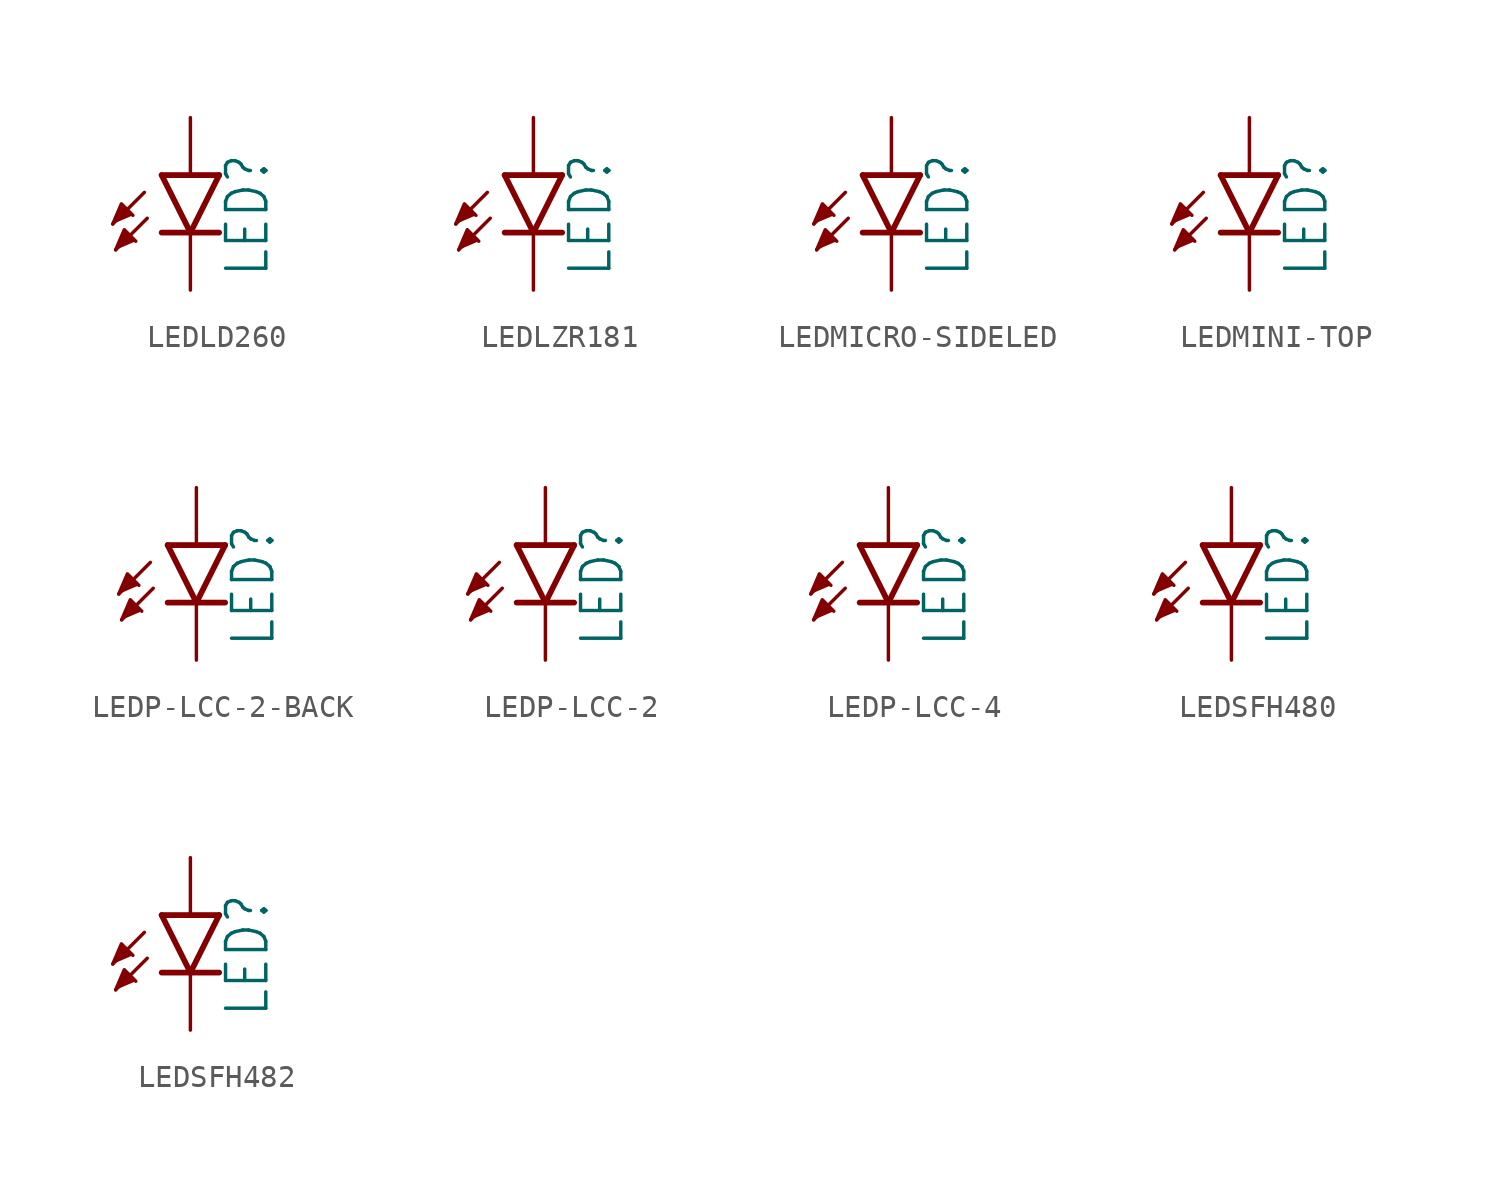
<source format=kicad_sym>
(kicad_symbol_lib
  (version 20231120)
  (generator "kicad_symbol_editor")
  (generator_version "8.0")
  (symbol "LEDLD260"
    (property "Reference" "LED"
      (at 3.556 -4.572 90)
      (effects (font (size 1.778 1.511)) (justify left bottom)))
    (property "Value" ""
      (at 5.715 -4.572 90)
      (effects (font (size 1.778 1.511)) (justify left bottom)))
    (property "ki_locked" ""
      (at 0 0 0)
      (effects (font (size 1.27 1.27))))
    (symbol "LEDLD260_1_0"
      (polyline (pts (xy -2.032 -0.762) (xy -3.429 -2.159)) (stroke (width 0.152) (type solid)) (fill (type none)))
      (polyline (pts (xy -1.905 -1.905) (xy -3.302 -3.302)) (stroke (width 0.152) (type solid)) (fill (type none)))
      (polyline (pts (xy 0 -2.54) (xy -1.27 -2.54)) (stroke (width 0.254) (type solid)) (fill (type none)))
      (polyline (pts (xy 0 -2.54) (xy -1.27 0)) (stroke (width 0.254) (type solid)) (fill (type none)))
      (polyline (pts (xy 0 0) (xy -1.27 0)) (stroke (width 0.254) (type solid)) (fill (type none)))
      (polyline (pts (xy 1.27 -2.54) (xy 0 -2.54)) (stroke (width 0.254) (type solid)) (fill (type none)))
      (polyline (pts (xy 1.27 0) (xy 0 -2.54)) (stroke (width 0.254) (type solid)) (fill (type none)))
      (polyline (pts (xy 1.27 0) (xy 0 0)) (stroke (width 0.254) (type solid)) (fill (type none)))
      (polyline (pts (xy -3.429 -2.159) (xy -3.048 -1.27) (xy -2.54 -1.778)) (stroke (width 0.152) (type solid)) (fill (type outline)))
      (polyline (pts (xy -3.302 -3.302) (xy -2.921 -2.413) (xy -2.413 -2.921)) (stroke (width 0.152) (type solid)) (fill (type outline)))
      (pin passive line (at 0 2.54 270) (length 2.54) (name "A" (effects (font (size 0 0)))) (number "A" (effects (font (size 0 0)))))
      (pin passive line (at 0 -5.08 90) (length 2.54) (name "C" (effects (font (size 0 0)))) (number "K" (effects (font (size 0 0)))))))
  (symbol "LEDLZR181"
    (property "Reference" "LED"
      (at 3.556 -4.572 90)
      (effects (font (size 1.778 1.511)) (justify left bottom)))
    (property "Value" ""
      (at 5.715 -4.572 90)
      (effects (font (size 1.778 1.511)) (justify left bottom)))
    (property "ki_locked" ""
      (at 0 0 0)
      (effects (font (size 1.27 1.27))))
    (symbol "LEDLZR181_1_0"
      (polyline (pts (xy -2.032 -0.762) (xy -3.429 -2.159)) (stroke (width 0.152) (type solid)) (fill (type none)))
      (polyline (pts (xy -1.905 -1.905) (xy -3.302 -3.302)) (stroke (width 0.152) (type solid)) (fill (type none)))
      (polyline (pts (xy 0 -2.54) (xy -1.27 -2.54)) (stroke (width 0.254) (type solid)) (fill (type none)))
      (polyline (pts (xy 0 -2.54) (xy -1.27 0)) (stroke (width 0.254) (type solid)) (fill (type none)))
      (polyline (pts (xy 0 0) (xy -1.27 0)) (stroke (width 0.254) (type solid)) (fill (type none)))
      (polyline (pts (xy 1.27 -2.54) (xy 0 -2.54)) (stroke (width 0.254) (type solid)) (fill (type none)))
      (polyline (pts (xy 1.27 0) (xy 0 -2.54)) (stroke (width 0.254) (type solid)) (fill (type none)))
      (polyline (pts (xy 1.27 0) (xy 0 0)) (stroke (width 0.254) (type solid)) (fill (type none)))
      (polyline (pts (xy -3.429 -2.159) (xy -3.048 -1.27) (xy -2.54 -1.778)) (stroke (width 0.152) (type solid)) (fill (type outline)))
      (polyline (pts (xy -3.302 -3.302) (xy -2.921 -2.413) (xy -2.413 -2.921)) (stroke (width 0.152) (type solid)) (fill (type outline)))
      (pin passive line (at 0 2.54 270) (length 2.54) (name "A" (effects (font (size 0 0)))) (number "A" (effects (font (size 0 0)))))
      (pin passive line (at 0 -5.08 90) (length 2.54) (name "C" (effects (font (size 0 0)))) (number "K" (effects (font (size 0 0)))))))
  (symbol "LEDMICRO-SIDELED"
    (property "Reference" "LED"
      (at 3.556 -4.572 90)
      (effects (font (size 1.778 1.511)) (justify left bottom)))
    (property "Value" ""
      (at 5.715 -4.572 90)
      (effects (font (size 1.778 1.511)) (justify left bottom)))
    (property "ki_locked" ""
      (at 0 0 0)
      (effects (font (size 1.27 1.27))))
    (symbol "LEDMICRO-SIDELED_1_0"
      (polyline (pts (xy -2.032 -0.762) (xy -3.429 -2.159)) (stroke (width 0.152) (type solid)) (fill (type none)))
      (polyline (pts (xy -1.905 -1.905) (xy -3.302 -3.302)) (stroke (width 0.152) (type solid)) (fill (type none)))
      (polyline (pts (xy 0 -2.54) (xy -1.27 -2.54)) (stroke (width 0.254) (type solid)) (fill (type none)))
      (polyline (pts (xy 0 -2.54) (xy -1.27 0)) (stroke (width 0.254) (type solid)) (fill (type none)))
      (polyline (pts (xy 0 0) (xy -1.27 0)) (stroke (width 0.254) (type solid)) (fill (type none)))
      (polyline (pts (xy 1.27 -2.54) (xy 0 -2.54)) (stroke (width 0.254) (type solid)) (fill (type none)))
      (polyline (pts (xy 1.27 0) (xy 0 -2.54)) (stroke (width 0.254) (type solid)) (fill (type none)))
      (polyline (pts (xy 1.27 0) (xy 0 0)) (stroke (width 0.254) (type solid)) (fill (type none)))
      (polyline (pts (xy -3.429 -2.159) (xy -3.048 -1.27) (xy -2.54 -1.778)) (stroke (width 0.152) (type solid)) (fill (type outline)))
      (polyline (pts (xy -3.302 -3.302) (xy -2.921 -2.413) (xy -2.413 -2.921)) (stroke (width 0.152) (type solid)) (fill (type outline)))
      (pin passive line (at 0 2.54 270) (length 2.54) (name "A" (effects (font (size 0 0)))) (number "A" (effects (font (size 0 0)))))
      (pin passive line (at 0 -5.08 90) (length 2.54) (name "C" (effects (font (size 0 0)))) (number "C" (effects (font (size 0 0)))))))
  (symbol "LEDMINI-TOP"
    (property "Reference" "LED"
      (at 3.556 -4.572 90)
      (effects (font (size 1.778 1.511)) (justify left bottom)))
    (property "Value" ""
      (at 5.715 -4.572 90)
      (effects (font (size 1.778 1.511)) (justify left bottom)))
    (property "ki_locked" ""
      (at 0 0 0)
      (effects (font (size 1.27 1.27))))
    (symbol "LEDMINI-TOP_1_0"
      (polyline (pts (xy -2.032 -0.762) (xy -3.429 -2.159)) (stroke (width 0.152) (type solid)) (fill (type none)))
      (polyline (pts (xy -1.905 -1.905) (xy -3.302 -3.302)) (stroke (width 0.152) (type solid)) (fill (type none)))
      (polyline (pts (xy 0 -2.54) (xy -1.27 -2.54)) (stroke (width 0.254) (type solid)) (fill (type none)))
      (polyline (pts (xy 0 -2.54) (xy -1.27 0)) (stroke (width 0.254) (type solid)) (fill (type none)))
      (polyline (pts (xy 0 0) (xy -1.27 0)) (stroke (width 0.254) (type solid)) (fill (type none)))
      (polyline (pts (xy 1.27 -2.54) (xy 0 -2.54)) (stroke (width 0.254) (type solid)) (fill (type none)))
      (polyline (pts (xy 1.27 0) (xy 0 -2.54)) (stroke (width 0.254) (type solid)) (fill (type none)))
      (polyline (pts (xy 1.27 0) (xy 0 0)) (stroke (width 0.254) (type solid)) (fill (type none)))
      (polyline (pts (xy -3.429 -2.159) (xy -3.048 -1.27) (xy -2.54 -1.778)) (stroke (width 0.152) (type solid)) (fill (type outline)))
      (polyline (pts (xy -3.302 -3.302) (xy -2.921 -2.413) (xy -2.413 -2.921)) (stroke (width 0.152) (type solid)) (fill (type outline)))
      (pin passive line (at 0 2.54 270) (length 2.54) (name "A" (effects (font (size 0 0)))) (number "A" (effects (font (size 0 0)))))
      (pin passive line (at 0 -5.08 90) (length 2.54) (name "C" (effects (font (size 0 0)))) (number "C" (effects (font (size 0 0)))))))
  (symbol "LEDP-LCC-2-BACK"
    (property "Reference" "LED"
      (at 3.556 -4.572 90)
      (effects (font (size 1.778 1.511)) (justify left bottom)))
    (property "Value" ""
      (at 5.715 -4.572 90)
      (effects (font (size 1.778 1.511)) (justify left bottom)))
    (property "ki_locked" ""
      (at 0 0 0)
      (effects (font (size 1.27 1.27))))
    (symbol "LEDP-LCC-2-BACK_1_0"
      (polyline (pts (xy -2.032 -0.762) (xy -3.429 -2.159)) (stroke (width 0.152) (type solid)) (fill (type none)))
      (polyline (pts (xy -1.905 -1.905) (xy -3.302 -3.302)) (stroke (width 0.152) (type solid)) (fill (type none)))
      (polyline (pts (xy 0 -2.54) (xy -1.27 -2.54)) (stroke (width 0.254) (type solid)) (fill (type none)))
      (polyline (pts (xy 0 -2.54) (xy -1.27 0)) (stroke (width 0.254) (type solid)) (fill (type none)))
      (polyline (pts (xy 0 0) (xy -1.27 0)) (stroke (width 0.254) (type solid)) (fill (type none)))
      (polyline (pts (xy 1.27 -2.54) (xy 0 -2.54)) (stroke (width 0.254) (type solid)) (fill (type none)))
      (polyline (pts (xy 1.27 0) (xy 0 -2.54)) (stroke (width 0.254) (type solid)) (fill (type none)))
      (polyline (pts (xy 1.27 0) (xy 0 0)) (stroke (width 0.254) (type solid)) (fill (type none)))
      (polyline (pts (xy -3.429 -2.159) (xy -3.048 -1.27) (xy -2.54 -1.778)) (stroke (width 0.152) (type solid)) (fill (type outline)))
      (polyline (pts (xy -3.302 -3.302) (xy -2.921 -2.413) (xy -2.413 -2.921)) (stroke (width 0.152) (type solid)) (fill (type outline)))
      (pin passive line (at 0 2.54 270) (length 2.54) (name "A" (effects (font (size 0 0)))) (number "A" (effects (font (size 0 0)))))
      (pin passive line (at 0 -5.08 90) (length 2.54) (name "C" (effects (font (size 0 0)))) (number "C" (effects (font (size 0 0)))))))
  (symbol "LEDP-LCC-2"
    (property "Reference" "LED"
      (at 3.556 -4.572 90)
      (effects (font (size 1.778 1.511)) (justify left bottom)))
    (property "Value" ""
      (at 5.715 -4.572 90)
      (effects (font (size 1.778 1.511)) (justify left bottom)))
    (property "ki_locked" ""
      (at 0 0 0)
      (effects (font (size 1.27 1.27))))
    (symbol "LEDP-LCC-2_1_0"
      (polyline (pts (xy -2.032 -0.762) (xy -3.429 -2.159)) (stroke (width 0.152) (type solid)) (fill (type none)))
      (polyline (pts (xy -1.905 -1.905) (xy -3.302 -3.302)) (stroke (width 0.152) (type solid)) (fill (type none)))
      (polyline (pts (xy 0 -2.54) (xy -1.27 -2.54)) (stroke (width 0.254) (type solid)) (fill (type none)))
      (polyline (pts (xy 0 -2.54) (xy -1.27 0)) (stroke (width 0.254) (type solid)) (fill (type none)))
      (polyline (pts (xy 0 0) (xy -1.27 0)) (stroke (width 0.254) (type solid)) (fill (type none)))
      (polyline (pts (xy 1.27 -2.54) (xy 0 -2.54)) (stroke (width 0.254) (type solid)) (fill (type none)))
      (polyline (pts (xy 1.27 0) (xy 0 -2.54)) (stroke (width 0.254) (type solid)) (fill (type none)))
      (polyline (pts (xy 1.27 0) (xy 0 0)) (stroke (width 0.254) (type solid)) (fill (type none)))
      (polyline (pts (xy -3.429 -2.159) (xy -3.048 -1.27) (xy -2.54 -1.778)) (stroke (width 0.152) (type solid)) (fill (type outline)))
      (polyline (pts (xy -3.302 -3.302) (xy -2.921 -2.413) (xy -2.413 -2.921)) (stroke (width 0.152) (type solid)) (fill (type outline)))
      (pin passive line (at 0 2.54 270) (length 2.54) (name "A" (effects (font (size 0 0)))) (number "A" (effects (font (size 0 0)))))
      (pin passive line (at 0 -5.08 90) (length 2.54) (name "C" (effects (font (size 0 0)))) (number "C" (effects (font (size 0 0)))))))
  (symbol "LEDP-LCC-4"
    (property "Reference" "LED"
      (at 3.556 -4.572 90)
      (effects (font (size 1.778 1.511)) (justify left bottom)))
    (property "Value" ""
      (at 5.715 -4.572 90)
      (effects (font (size 1.778 1.511)) (justify left bottom)))
    (property "ki_locked" ""
      (at 0 0 0)
      (effects (font (size 1.27 1.27))))
    (symbol "LEDP-LCC-4_1_0"
      (polyline (pts (xy -2.032 -0.762) (xy -3.429 -2.159)) (stroke (width 0.152) (type solid)) (fill (type none)))
      (polyline (pts (xy -1.905 -1.905) (xy -3.302 -3.302)) (stroke (width 0.152) (type solid)) (fill (type none)))
      (polyline (pts (xy 0 -2.54) (xy -1.27 -2.54)) (stroke (width 0.254) (type solid)) (fill (type none)))
      (polyline (pts (xy 0 -2.54) (xy -1.27 0)) (stroke (width 0.254) (type solid)) (fill (type none)))
      (polyline (pts (xy 0 0) (xy -1.27 0)) (stroke (width 0.254) (type solid)) (fill (type none)))
      (polyline (pts (xy 1.27 -2.54) (xy 0 -2.54)) (stroke (width 0.254) (type solid)) (fill (type none)))
      (polyline (pts (xy 1.27 0) (xy 0 -2.54)) (stroke (width 0.254) (type solid)) (fill (type none)))
      (polyline (pts (xy 1.27 0) (xy 0 0)) (stroke (width 0.254) (type solid)) (fill (type none)))
      (polyline (pts (xy -3.429 -2.159) (xy -3.048 -1.27) (xy -2.54 -1.778)) (stroke (width 0.152) (type solid)) (fill (type outline)))
      (polyline (pts (xy -3.302 -3.302) (xy -2.921 -2.413) (xy -2.413 -2.921)) (stroke (width 0.152) (type solid)) (fill (type outline)))
      (pin passive line (at 0 2.54 270) (length 2.54) (name "A" (effects (font (size 0 0)))) (number "A" (effects (font (size 0 0)))))
      (pin passive line (at 0 -5.08 90) (length 2.54) (name "C" (effects (font (size 0 0)))) (number "C@4" (effects (font (size 0 0)))))))
  (symbol "LEDSFH480"
    (property "Reference" "LED"
      (at 3.556 -4.572 90)
      (effects (font (size 1.778 1.511)) (justify left bottom)))
    (property "Value" ""
      (at 5.715 -4.572 90)
      (effects (font (size 1.778 1.511)) (justify left bottom)))
    (property "ki_locked" ""
      (at 0 0 0)
      (effects (font (size 1.27 1.27))))
    (symbol "LEDSFH480_1_0"
      (polyline (pts (xy -2.032 -0.762) (xy -3.429 -2.159)) (stroke (width 0.152) (type solid)) (fill (type none)))
      (polyline (pts (xy -1.905 -1.905) (xy -3.302 -3.302)) (stroke (width 0.152) (type solid)) (fill (type none)))
      (polyline (pts (xy 0 -2.54) (xy -1.27 -2.54)) (stroke (width 0.254) (type solid)) (fill (type none)))
      (polyline (pts (xy 0 -2.54) (xy -1.27 0)) (stroke (width 0.254) (type solid)) (fill (type none)))
      (polyline (pts (xy 0 0) (xy -1.27 0)) (stroke (width 0.254) (type solid)) (fill (type none)))
      (polyline (pts (xy 1.27 -2.54) (xy 0 -2.54)) (stroke (width 0.254) (type solid)) (fill (type none)))
      (polyline (pts (xy 1.27 0) (xy 0 -2.54)) (stroke (width 0.254) (type solid)) (fill (type none)))
      (polyline (pts (xy 1.27 0) (xy 0 0)) (stroke (width 0.254) (type solid)) (fill (type none)))
      (polyline (pts (xy -3.429 -2.159) (xy -3.048 -1.27) (xy -2.54 -1.778)) (stroke (width 0.152) (type solid)) (fill (type outline)))
      (polyline (pts (xy -3.302 -3.302) (xy -2.921 -2.413) (xy -2.413 -2.921)) (stroke (width 0.152) (type solid)) (fill (type outline)))
      (pin passive line (at 0 2.54 270) (length 2.54) (name "A" (effects (font (size 0 0)))) (number "A" (effects (font (size 0 0)))))
      (pin passive line (at 0 -5.08 90) (length 2.54) (name "C" (effects (font (size 0 0)))) (number "K" (effects (font (size 0 0)))))))
  (symbol "LEDSFH482"
    (property "Reference" "LED"
      (at 3.556 -4.572 90)
      (effects (font (size 1.778 1.511)) (justify left bottom)))
    (property "Value" ""
      (at 5.715 -4.572 90)
      (effects (font (size 1.778 1.511)) (justify left bottom)))
    (property "ki_locked" ""
      (at 0 0 0)
      (effects (font (size 1.27 1.27))))
    (symbol "LEDSFH482_1_0"
      (polyline (pts (xy -2.032 -0.762) (xy -3.429 -2.159)) (stroke (width 0.152) (type solid)) (fill (type none)))
      (polyline (pts (xy -1.905 -1.905) (xy -3.302 -3.302)) (stroke (width 0.152) (type solid)) (fill (type none)))
      (polyline (pts (xy 0 -2.54) (xy -1.27 -2.54)) (stroke (width 0.254) (type solid)) (fill (type none)))
      (polyline (pts (xy 0 -2.54) (xy -1.27 0)) (stroke (width 0.254) (type solid)) (fill (type none)))
      (polyline (pts (xy 0 0) (xy -1.27 0)) (stroke (width 0.254) (type solid)) (fill (type none)))
      (polyline (pts (xy 1.27 -2.54) (xy 0 -2.54)) (stroke (width 0.254) (type solid)) (fill (type none)))
      (polyline (pts (xy 1.27 0) (xy 0 -2.54)) (stroke (width 0.254) (type solid)) (fill (type none)))
      (polyline (pts (xy 1.27 0) (xy 0 0)) (stroke (width 0.254) (type solid)) (fill (type none)))
      (polyline (pts (xy -3.429 -2.159) (xy -3.048 -1.27) (xy -2.54 -1.778)) (stroke (width 0.152) (type solid)) (fill (type outline)))
      (polyline (pts (xy -3.302 -3.302) (xy -2.921 -2.413) (xy -2.413 -2.921)) (stroke (width 0.152) (type solid)) (fill (type outline)))
      (pin passive line (at 0 2.54 270) (length 2.54) (name "A" (effects (font (size 0 0)))) (number "A" (effects (font (size 0 0)))))
      (pin passive line (at 0 -5.08 90) (length 2.54) (name "C" (effects (font (size 0 0)))) (number "K" (effects (font (size 0 0))))))))
</source>
